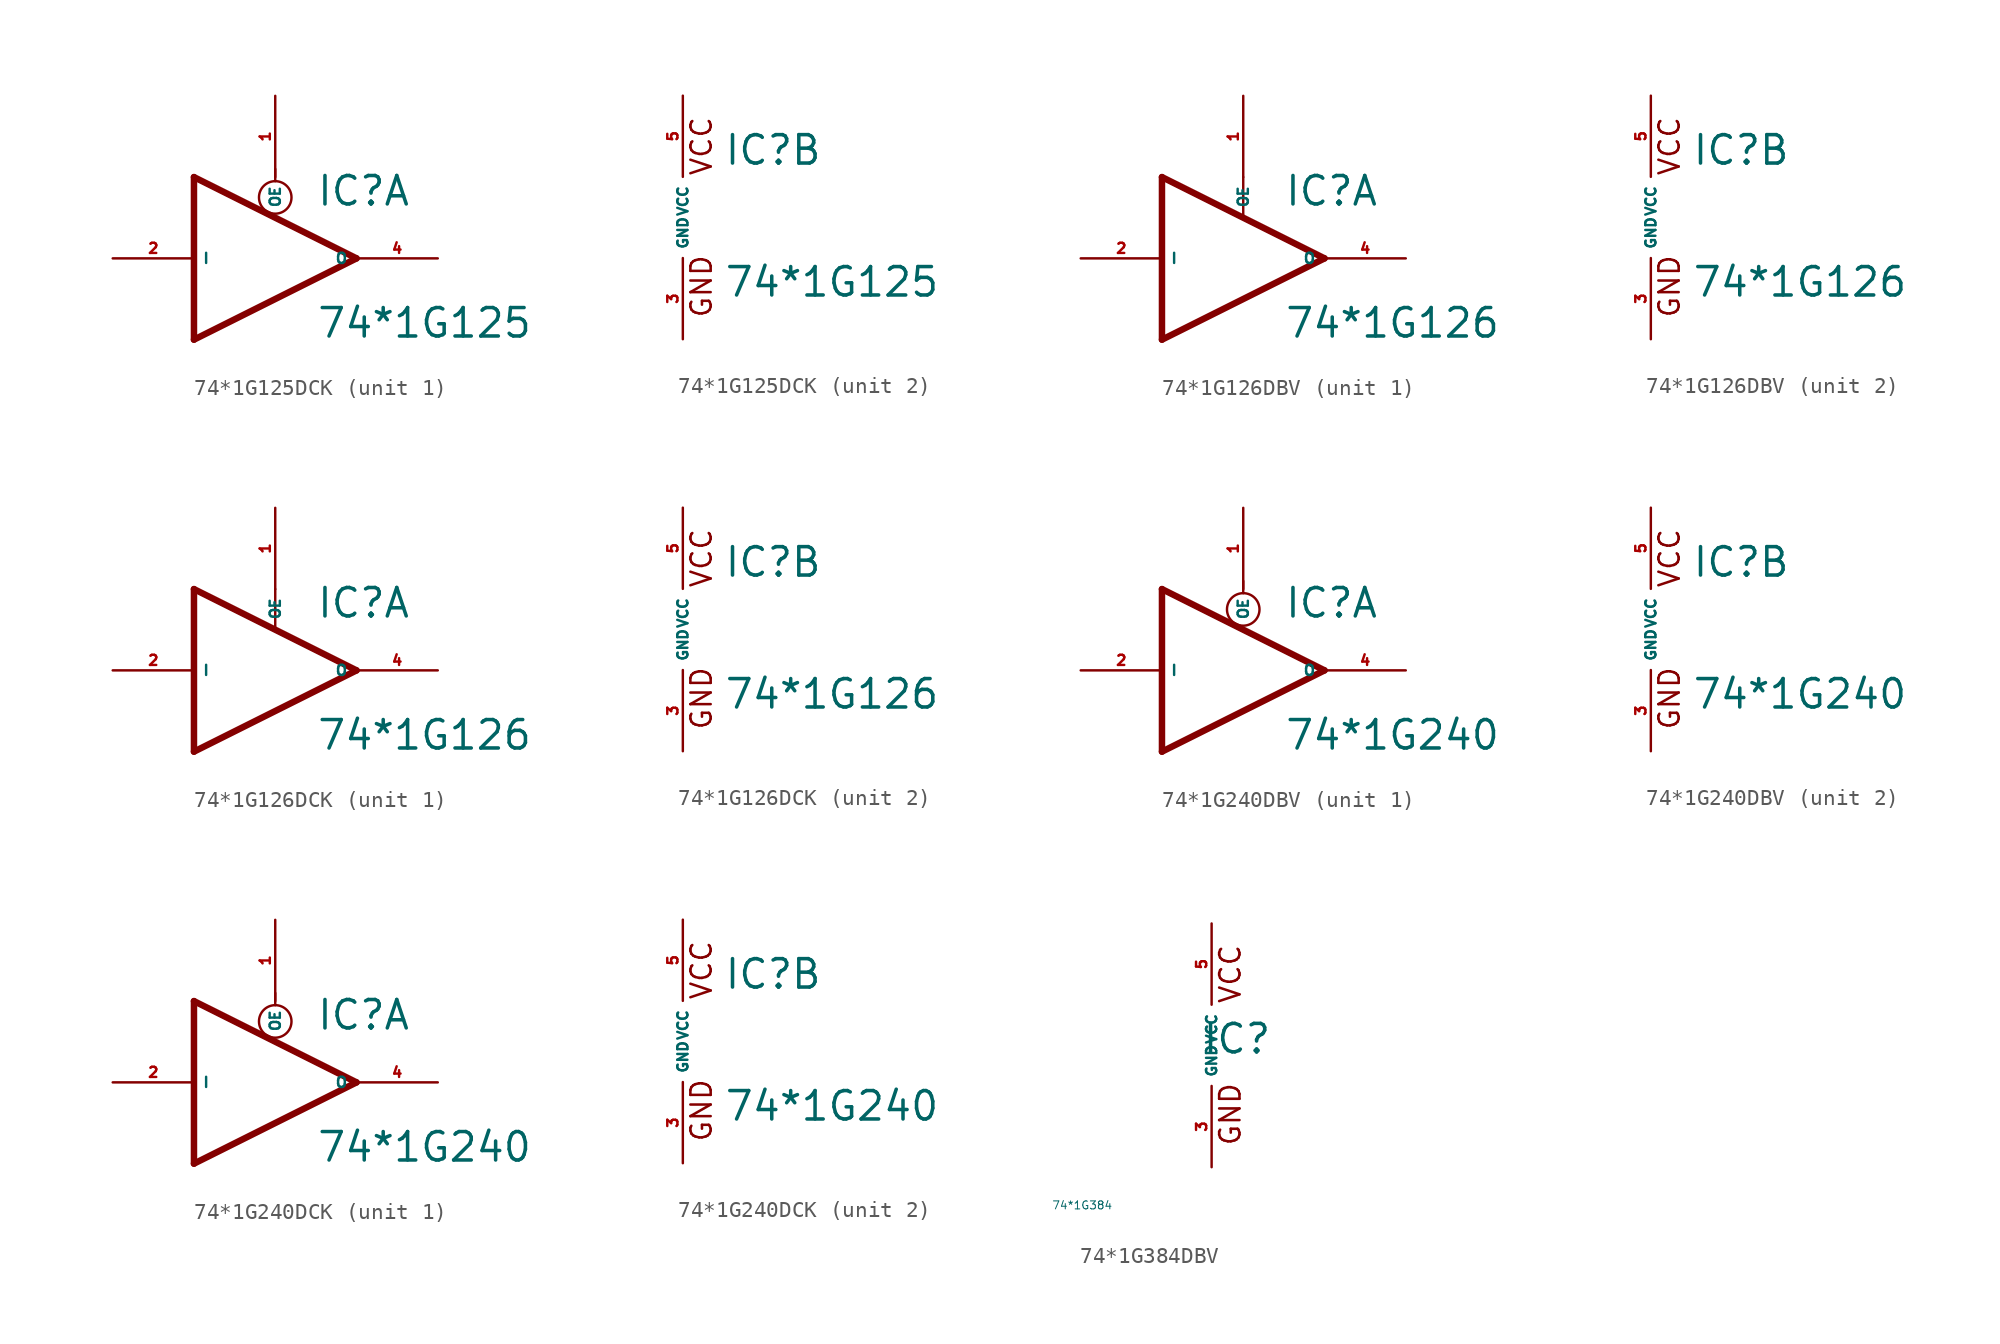
<source format=kicad_sym>
(kicad_symbol_lib
  (version 20220914)
  (generator Eagle2Kicad)
  (symbol "74*1G125DCK"
    (property "Reference" "IC"
      (at 2.54 3.175 0)
      (effects (font (size 1.778 1.778) (thickness 0.22)) (justify left bottom)))
    (property "Value" "74*1G125"
      (at 2.54 -5.08 0)
      (effects (font (size 1.778 1.778) (thickness 0.22)) (justify left bottom)))
    (symbol "74*1G125DCK_1_0"
      (polyline (pts (xy 5.08 0) (xy -5.08 5.08)) (stroke (width 0.406) (type default)) (fill (type none)))
      (polyline (pts (xy 5.08 0) (xy -5.08 -5.08)) (stroke (width 0.406) (type default)) (fill (type none)))
      (polyline (pts (xy -5.08 -5.08) (xy -5.08 5.08)) (stroke (width 0.406) (type default)) (fill (type none)))
      (polyline (pts (xy 0 4.826) (xy 0 5.588)) (stroke (width 0.152) (type default)) (fill (type none)))
      (circle (center 0 3.81) (radius 1.016) (stroke (width 0.152) (type default)) (fill (type none)))
      (pin input line (at 0 10.16 270) (length 5.08) (name "OE" (effects (font (size 0.635 0.635) (thickness 0.08)) (justify left bottom))) (number "1" (effects (font (size 0.635 0.635) (thickness 0.08)) (justify left bottom))))
      (pin input line (at -10.16 0 0) (length 5.08) (name "I" (effects (font (size 0.635 0.635) (thickness 0.08)) (justify left bottom))) (number "2" (effects (font (size 0.635 0.635) (thickness 0.08)) (justify left bottom))))
      (pin tri_state line (at 10.16 0 180) (length 5.08) (name "O" (effects (font (size 0.635 0.635) (thickness 0.08)) (justify left bottom))) (number "4" (effects (font (size 0.635 0.635) (thickness 0.08)) (justify left bottom)))))
    (symbol "74*1G125DCK_2_0"
      (text "GND" (at 1.905 -6.35 900) (effects (font (size 1.27 1.27) (thickness 0.16)) (justify left bottom)))
      (text "VCC" (at 1.905 2.54 900) (effects (font (size 1.27 1.27) (thickness 0.16)) (justify left bottom)))
      (pin unspecified line (at 0 -7.62 90) (length 5.08) (name "GND" (effects (font (size 0.635 0.635) (thickness 0.08)) (justify left bottom))) (number "3" (effects (font (size 0.635 0.635) (thickness 0.08)) (justify left bottom))))
      (pin unspecified line (at 0 7.62 270) (length 5.08) (name "VCC" (effects (font (size 0.635 0.635) (thickness 0.08)) (justify left bottom))) (number "5" (effects (font (size 0.635 0.635) (thickness 0.08)) (justify left bottom))))))
  (symbol "74*1G126DBV"
    (property "Reference" "IC"
      (at 2.54 3.175 0)
      (effects (font (size 1.778 1.778) (thickness 0.22)) (justify left bottom)))
    (property "Value" "74*1G126"
      (at 2.54 -5.08 0)
      (effects (font (size 1.778 1.778) (thickness 0.22)) (justify left bottom)))
    (symbol "74*1G126DBV_1_0"
      (polyline (pts (xy -5.08 -5.08) (xy -5.08 5.08)) (stroke (width 0.406) (type default)) (fill (type none)))
      (polyline (pts (xy 0 5.08) (xy 0 2.54)) (stroke (width 0.152) (type default)) (fill (type none)))
      (polyline (pts (xy 5.08 0) (xy -5.08 5.08)) (stroke (width 0.406) (type default)) (fill (type none)))
      (polyline (pts (xy 5.08 0) (xy -5.08 -5.08)) (stroke (width 0.406) (type default)) (fill (type none)))
      (pin input line (at 0 10.16 270) (length 5.08) (name "OE" (effects (font (size 0.635 0.635) (thickness 0.08)) (justify left bottom))) (number "1" (effects (font (size 0.635 0.635) (thickness 0.08)) (justify left bottom))))
      (pin input line (at -10.16 0 0) (length 5.08) (name "I" (effects (font (size 0.635 0.635) (thickness 0.08)) (justify left bottom))) (number "2" (effects (font (size 0.635 0.635) (thickness 0.08)) (justify left bottom))))
      (pin output line (at 10.16 0 180) (length 5.08) (name "O" (effects (font (size 0.635 0.635) (thickness 0.08)) (justify left bottom))) (number "4" (effects (font (size 0.635 0.635) (thickness 0.08)) (justify left bottom)))))
    (symbol "74*1G126DBV_2_0"
      (text "GND" (at 1.905 -6.35 900) (effects (font (size 1.27 1.27) (thickness 0.16)) (justify left bottom)))
      (text "VCC" (at 1.905 2.54 900) (effects (font (size 1.27 1.27) (thickness 0.16)) (justify left bottom)))
      (pin unspecified line (at 0 -7.62 90) (length 5.08) (name "GND" (effects (font (size 0.635 0.635) (thickness 0.08)) (justify left bottom))) (number "3" (effects (font (size 0.635 0.635) (thickness 0.08)) (justify left bottom))))
      (pin unspecified line (at 0 7.62 270) (length 5.08) (name "VCC" (effects (font (size 0.635 0.635) (thickness 0.08)) (justify left bottom))) (number "5" (effects (font (size 0.635 0.635) (thickness 0.08)) (justify left bottom))))))
  (symbol "74*1G126DCK"
    (property "Reference" "IC"
      (at 2.54 3.175 0)
      (effects (font (size 1.778 1.778) (thickness 0.22)) (justify left bottom)))
    (property "Value" "74*1G126"
      (at 2.54 -5.08 0)
      (effects (font (size 1.778 1.778) (thickness 0.22)) (justify left bottom)))
    (symbol "74*1G126DCK_1_0"
      (polyline (pts (xy -5.08 -5.08) (xy -5.08 5.08)) (stroke (width 0.406) (type default)) (fill (type none)))
      (polyline (pts (xy 0 5.08) (xy 0 2.54)) (stroke (width 0.152) (type default)) (fill (type none)))
      (polyline (pts (xy 5.08 0) (xy -5.08 5.08)) (stroke (width 0.406) (type default)) (fill (type none)))
      (polyline (pts (xy 5.08 0) (xy -5.08 -5.08)) (stroke (width 0.406) (type default)) (fill (type none)))
      (pin input line (at 0 10.16 270) (length 5.08) (name "OE" (effects (font (size 0.635 0.635) (thickness 0.08)) (justify left bottom))) (number "1" (effects (font (size 0.635 0.635) (thickness 0.08)) (justify left bottom))))
      (pin input line (at -10.16 0 0) (length 5.08) (name "I" (effects (font (size 0.635 0.635) (thickness 0.08)) (justify left bottom))) (number "2" (effects (font (size 0.635 0.635) (thickness 0.08)) (justify left bottom))))
      (pin output line (at 10.16 0 180) (length 5.08) (name "O" (effects (font (size 0.635 0.635) (thickness 0.08)) (justify left bottom))) (number "4" (effects (font (size 0.635 0.635) (thickness 0.08)) (justify left bottom)))))
    (symbol "74*1G126DCK_2_0"
      (text "GND" (at 1.905 -6.35 900) (effects (font (size 1.27 1.27) (thickness 0.16)) (justify left bottom)))
      (text "VCC" (at 1.905 2.54 900) (effects (font (size 1.27 1.27) (thickness 0.16)) (justify left bottom)))
      (pin unspecified line (at 0 -7.62 90) (length 5.08) (name "GND" (effects (font (size 0.635 0.635) (thickness 0.08)) (justify left bottom))) (number "3" (effects (font (size 0.635 0.635) (thickness 0.08)) (justify left bottom))))
      (pin unspecified line (at 0 7.62 270) (length 5.08) (name "VCC" (effects (font (size 0.635 0.635) (thickness 0.08)) (justify left bottom))) (number "5" (effects (font (size 0.635 0.635) (thickness 0.08)) (justify left bottom))))))
  (symbol "74*1G240DBV"
    (property "Reference" "IC"
      (at 2.54 3.175 0)
      (effects (font (size 1.778 1.778) (thickness 0.22)) (justify left bottom)))
    (property "Value" "74*1G240"
      (at 2.54 -5.08 0)
      (effects (font (size 1.778 1.778) (thickness 0.22)) (justify left bottom)))
    (symbol "74*1G240DBV_1_0"
      (polyline (pts (xy 5.08 0) (xy -5.08 5.08)) (stroke (width 0.406) (type default)) (fill (type none)))
      (polyline (pts (xy 5.08 0) (xy -5.08 -5.08)) (stroke (width 0.406) (type default)) (fill (type none)))
      (polyline (pts (xy -5.08 -5.08) (xy -5.08 5.08)) (stroke (width 0.406) (type default)) (fill (type none)))
      (polyline (pts (xy 0 4.826) (xy 0 5.588)) (stroke (width 0.152) (type default)) (fill (type none)))
      (circle (center 0 3.81) (radius 1.016) (stroke (width 0.152) (type default)) (fill (type none)))
      (pin input line (at 0 10.16 270) (length 5.08) (name "OE" (effects (font (size 0.635 0.635) (thickness 0.08)) (justify left bottom))) (number "1" (effects (font (size 0.635 0.635) (thickness 0.08)) (justify left bottom))))
      (pin input line (at -10.16 0 0) (length 5.08) (name "I" (effects (font (size 0.635 0.635) (thickness 0.08)) (justify left bottom))) (number "2" (effects (font (size 0.635 0.635) (thickness 0.08)) (justify left bottom))))
      (pin tri_state line (at 10.16 0 180) (length 5.08) (name "O" (effects (font (size 0.635 0.635) (thickness 0.08)) (justify left bottom))) (number "4" (effects (font (size 0.635 0.635) (thickness 0.08)) (justify left bottom)))))
    (symbol "74*1G240DBV_2_0"
      (text "GND" (at 1.905 -6.35 900) (effects (font (size 1.27 1.27) (thickness 0.16)) (justify left bottom)))
      (text "VCC" (at 1.905 2.54 900) (effects (font (size 1.27 1.27) (thickness 0.16)) (justify left bottom)))
      (pin unspecified line (at 0 -7.62 90) (length 5.08) (name "GND" (effects (font (size 0.635 0.635) (thickness 0.08)) (justify left bottom))) (number "3" (effects (font (size 0.635 0.635) (thickness 0.08)) (justify left bottom))))
      (pin unspecified line (at 0 7.62 270) (length 5.08) (name "VCC" (effects (font (size 0.635 0.635) (thickness 0.08)) (justify left bottom))) (number "5" (effects (font (size 0.635 0.635) (thickness 0.08)) (justify left bottom))))))
  (symbol "74*1G240DCK"
    (property "Reference" "IC"
      (at 2.54 3.175 0)
      (effects (font (size 1.778 1.778) (thickness 0.22)) (justify left bottom)))
    (property "Value" "74*1G240"
      (at 2.54 -5.08 0)
      (effects (font (size 1.778 1.778) (thickness 0.22)) (justify left bottom)))
    (symbol "74*1G240DCK_1_0"
      (polyline (pts (xy 5.08 0) (xy -5.08 5.08)) (stroke (width 0.406) (type default)) (fill (type none)))
      (polyline (pts (xy 5.08 0) (xy -5.08 -5.08)) (stroke (width 0.406) (type default)) (fill (type none)))
      (polyline (pts (xy -5.08 -5.08) (xy -5.08 5.08)) (stroke (width 0.406) (type default)) (fill (type none)))
      (polyline (pts (xy 0 4.826) (xy 0 5.588)) (stroke (width 0.152) (type default)) (fill (type none)))
      (circle (center 0 3.81) (radius 1.016) (stroke (width 0.152) (type default)) (fill (type none)))
      (pin input line (at 0 10.16 270) (length 5.08) (name "OE" (effects (font (size 0.635 0.635) (thickness 0.08)) (justify left bottom))) (number "1" (effects (font (size 0.635 0.635) (thickness 0.08)) (justify left bottom))))
      (pin input line (at -10.16 0 0) (length 5.08) (name "I" (effects (font (size 0.635 0.635) (thickness 0.08)) (justify left bottom))) (number "2" (effects (font (size 0.635 0.635) (thickness 0.08)) (justify left bottom))))
      (pin tri_state line (at 10.16 0 180) (length 5.08) (name "O" (effects (font (size 0.635 0.635) (thickness 0.08)) (justify left bottom))) (number "4" (effects (font (size 0.635 0.635) (thickness 0.08)) (justify left bottom)))))
    (symbol "74*1G240DCK_2_0"
      (text "GND" (at 1.905 -6.35 900) (effects (font (size 1.27 1.27) (thickness 0.16)) (justify left bottom)))
      (text "VCC" (at 1.905 2.54 900) (effects (font (size 1.27 1.27) (thickness 0.16)) (justify left bottom)))
      (pin unspecified line (at 0 -7.62 90) (length 5.08) (name "GND" (effects (font (size 0.635 0.635) (thickness 0.08)) (justify left bottom))) (number "3" (effects (font (size 0.635 0.635) (thickness 0.08)) (justify left bottom))))
      (pin unspecified line (at 0 7.62 270) (length 5.08) (name "VCC" (effects (font (size 0.635 0.635) (thickness 0.08)) (justify left bottom))) (number "5" (effects (font (size 0.635 0.635) (thickness 0.08)) (justify left bottom))))))
  (symbol "74*1G384DBV"
    (property "Reference" "IC"
      (at -0.635 -0.635 0)
      (effects (font (size 1.778 1.778) (thickness 0.22)) (justify left bottom)))
    (property "Value" "74*1G384"
      (at -10 -10 0)
      (effects (font (size 0.5 0.5) (thickness 0.06)) (justify left)))
    (text "GND"
      (at 1.905 -6.35 900)
      (effects (font (size 1.27 1.27) (thickness 0.16)) (justify left bottom)))
    (text "VCC"
      (at 1.905 2.54 900)
      (effects (font (size 1.27 1.27) (thickness 0.16)) (justify left bottom)))
    (pin unspecified line
      (at 0 -7.62 90)
      (length 5.08)
      (name "GND" (effects (font (size 0.635 0.635) (thickness 0.08)) (justify left bottom)))
      (number "3" (effects (font (size 0.635 0.635) (thickness 0.08)) (justify left bottom))))
    (pin unspecified line
      (at 0 7.62 270)
      (length 5.08)
      (name "VCC" (effects (font (size 0.635 0.635) (thickness 0.08)) (justify left bottom)))
      (number "5" (effects (font (size 0.635 0.635) (thickness 0.08)) (justify left bottom))))))
</source>
